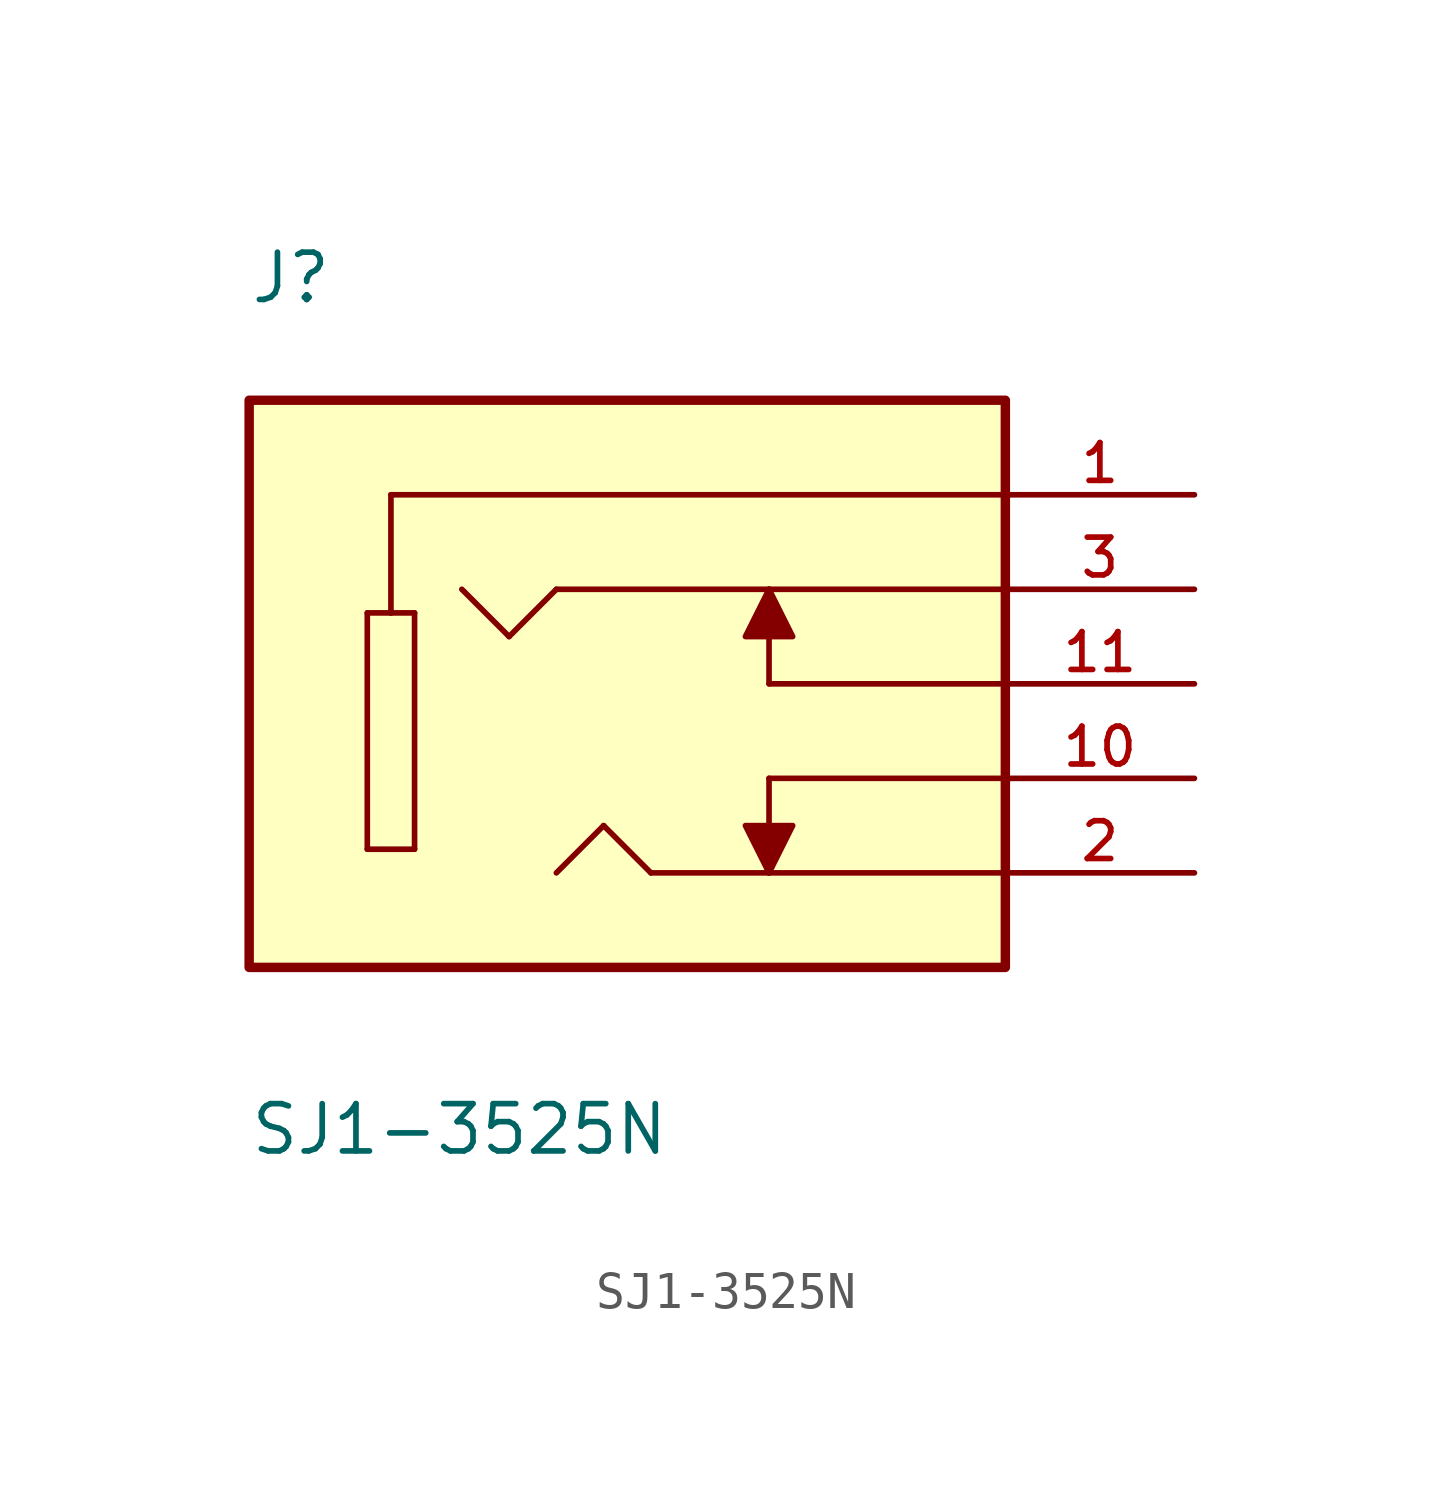
<source format=kicad_sym>
(kicad_symbol_lib
  (version 20211014)
  (generator kicad_symbol_editor)
  (symbol "SJ1-3525N"
    (pin_names
      (offset 1.016))
    (property "Reference" "J"
      (at -10.165 10.165 0)
      (effects (font (size 1.27 1.27)) (justify bottom left)))
    (property "Value" "SJ1-3525N"
      (at -10.172 -12.715 0)
      (effects (font (size 1.27 1.27)) (justify bottom left)))
    (symbol "SJ1-3525N_0_0"
      (polyline (pts (xy 10.16 5.08) (xy -6.35 5.08)) (stroke (width 0.152)))
      (polyline (pts (xy -6.35 5.08) (xy -6.35 1.905)) (stroke (width 0.152)))
      (polyline (pts (xy -6.35 1.905) (xy -5.715 1.905)) (stroke (width 0.152)))
      (polyline (pts (xy -5.715 1.905) (xy -5.715 -4.445)) (stroke (width 0.152)))
      (polyline (pts (xy -5.715 -4.445) (xy -6.985 -4.445)) (stroke (width 0.152)))
      (polyline (pts (xy -6.985 -4.445) (xy -6.985 1.905)) (stroke (width 0.152)))
      (polyline (pts (xy -6.985 1.905) (xy -6.35 1.905)) (stroke (width 0.152)))
      (polyline (pts (xy 10.16 2.54) (xy 3.81 2.54)) (stroke (width 0.152)))
      (polyline (pts (xy 3.81 2.54) (xy -1.905 2.54)) (stroke (width 0.152)))
      (polyline (pts (xy -1.905 2.54) (xy -3.175 1.27)) (stroke (width 0.152)))
      (polyline (pts (xy -3.175 1.27) (xy -4.445 2.54)) (stroke (width 0.152)))
      (polyline (pts (xy 10.16 -5.08) (xy 3.81 -5.08)) (stroke (width 0.152)))
      (polyline (pts (xy 3.81 -5.08) (xy 0.635 -5.08)) (stroke (width 0.152)))
      (polyline (pts (xy 0.635 -5.08) (xy -0.635 -3.81)) (stroke (width 0.152)))
      (polyline (pts (xy -0.635 -3.81) (xy -1.905 -5.08)) (stroke (width 0.152)))
      (polyline (pts (xy 10.16 -2.54) (xy 3.81 -2.54)) (stroke (width 0.152)))
      (polyline (pts (xy 3.81 -2.54) (xy 3.81 -5.08)) (stroke (width 0.152)))
      (polyline (pts (xy 3.81 -5.08) (xy 3.175 -3.81) (xy 4.445 -3.81) (xy 3.81 -5.08)) (stroke (width 0.152)) (fill (type outline)))
      (polyline (pts (xy 3.81 2.54) (xy 4.445 1.27) (xy 3.175 1.27) (xy 3.81 2.54)) (stroke (width 0.152)) (fill (type outline)))
      (polyline (pts (xy 3.81 2.54) (xy 3.81 0.0)) (stroke (width 0.152)))
      (polyline (pts (xy 10.16 0.0) (xy 3.81 0.0)) (stroke (width 0.152)))
      (rectangle (start -10.16 -7.62) (end 10.16 7.62) (stroke (width 0.254)) (fill (type background)))
      (pin passive line (at 15.24 5.08 180.0) (length 5.08) (name "~" (effects (font (size 1.016 1.016)))) (number "1" (effects (font (size 1.016 1.016)))))
      (pin passive line (at 15.24 2.54 180.0) (length 5.08) (name "~" (effects (font (size 1.016 1.016)))) (number "3" (effects (font (size 1.016 1.016)))))
      (pin passive line (at 15.24 -5.08 180.0) (length 5.08) (name "~" (effects (font (size 1.016 1.016)))) (number "2" (effects (font (size 1.016 1.016)))))
      (pin passive line (at 15.24 -2.54 180.0) (length 5.08) (name "~" (effects (font (size 1.016 1.016)))) (number "10" (effects (font (size 1.016 1.016)))))
      (pin passive line (at 15.24 0.0 180.0) (length 5.08) (name "~" (effects (font (size 1.016 1.016)))) (number "11" (effects (font (size 1.016 1.016))))))))
</source>
